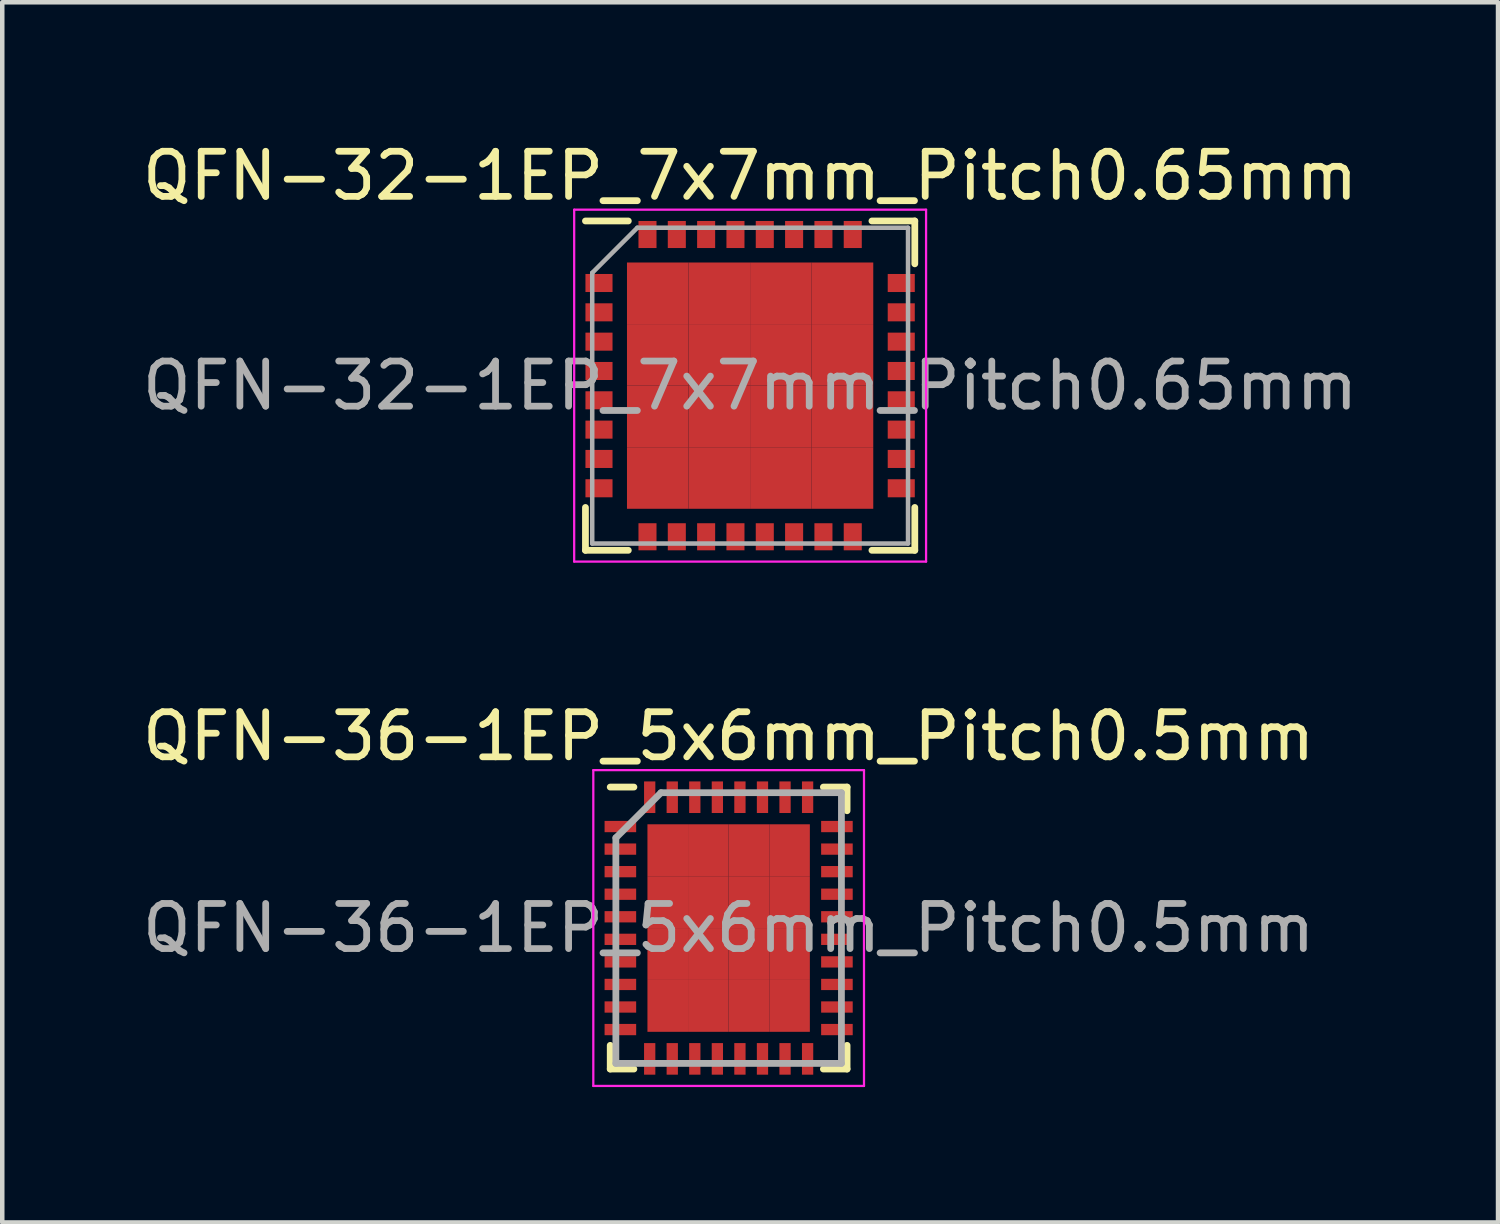
<source format=kicad_pcb>
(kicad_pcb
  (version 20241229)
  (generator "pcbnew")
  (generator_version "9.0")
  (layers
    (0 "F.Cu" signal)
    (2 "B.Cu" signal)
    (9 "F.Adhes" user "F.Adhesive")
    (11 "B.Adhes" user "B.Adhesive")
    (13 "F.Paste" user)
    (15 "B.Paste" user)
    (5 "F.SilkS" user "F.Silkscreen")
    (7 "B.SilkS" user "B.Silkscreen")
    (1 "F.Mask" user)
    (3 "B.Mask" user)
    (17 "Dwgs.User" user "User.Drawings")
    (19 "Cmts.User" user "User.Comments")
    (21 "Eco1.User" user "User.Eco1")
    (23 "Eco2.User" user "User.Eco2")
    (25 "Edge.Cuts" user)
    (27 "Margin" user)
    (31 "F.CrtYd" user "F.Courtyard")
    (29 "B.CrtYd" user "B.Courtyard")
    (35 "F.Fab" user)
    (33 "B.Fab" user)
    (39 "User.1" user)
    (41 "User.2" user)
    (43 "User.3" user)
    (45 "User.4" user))
  (footprint "QFN-32-1EP_7x7mm_Pitch0.65mm"
    (layer "F.Cu")
    (at 13.577 5.498)
    (property "Reference" "QFN-32-1EP_7x7mm_Pitch0.65mm" (at 0 -4.65 0) (layer "F.SilkS") (effects (font (size 1 1) (thickness 0.15))))
    (attr smd)
    (fp_line (start -3.65 -3.65) (end -2.7 -3.65) (stroke (width 0.15) (type solid)) (layer "F.SilkS"))
    (fp_line (start -3.65 3.65) (end -3.65 2.7) (stroke (width 0.15) (type solid)) (layer "F.SilkS"))
    (fp_line (start -3.65 3.65) (end -2.7 3.65) (stroke (width 0.15) (type solid)) (layer "F.SilkS"))
    (fp_line (start 3.65 -3.65) (end 2.7 -3.65) (stroke (width 0.15) (type solid)) (layer "F.SilkS"))
    (fp_line (start 3.65 -3.65) (end 3.65 -2.7) (stroke (width 0.15) (type solid)) (layer "F.SilkS"))
    (fp_line (start 3.65 3.65) (end 2.7 3.65) (stroke (width 0.15) (type solid)) (layer "F.SilkS"))
    (fp_line (start 3.65 3.65) (end 3.65 2.7) (stroke (width 0.15) (type solid)) (layer "F.SilkS"))
    (fp_line (start -3.9 -3.9) (end -3.9 3.9) (stroke (width 0.05) (type solid)) (layer "F.CrtYd"))
    (fp_line (start -3.9 -3.9) (end 3.9 -3.9) (stroke (width 0.05) (type solid)) (layer "F.CrtYd"))
    (fp_line (start -3.9 3.9) (end 3.9 3.9) (stroke (width 0.05) (type solid)) (layer "F.CrtYd"))
    (fp_line (start 3.9 -3.9) (end 3.9 3.9) (stroke (width 0.05) (type solid)) (layer "F.CrtYd"))
    (fp_line (start -3.5 -2.5) (end -2.5 -3.5) (stroke (width 0.1) (type solid)) (layer "F.Fab"))
    (fp_line (start -3.5 3.5) (end -3.5 -2.5) (stroke (width 0.1) (type solid)) (layer "F.Fab"))
    (fp_line (start -2.5 -3.5) (end 3.5 -3.5) (stroke (width 0.1) (type solid)) (layer "F.Fab"))
    (fp_line (start 3.5 -3.5) (end 3.5 3.5) (stroke (width 0.1) (type solid)) (layer "F.Fab"))
    (fp_line (start 3.5 3.5) (end -3.5 3.5) (stroke (width 0.1) (type solid)) (layer "F.Fab"))
    (fp_text user "${REFERENCE}" (at 0 0 0) (layer "F.Fab") (effects (font (size 1 1) (thickness 0.15))))
    (pad "1" smd rect (at -3.35 -2.275) (size 0.6 0.4) (layers "F.Cu" "F.Mask" "F.Paste"))
    (pad "2" smd rect (at -3.35 -1.625) (size 0.6 0.4) (layers "F.Cu" "F.Mask" "F.Paste"))
    (pad "3" smd rect (at -3.35 -0.975) (size 0.6 0.4) (layers "F.Cu" "F.Mask" "F.Paste"))
    (pad "4" smd rect (at -3.35 -0.325) (size 0.6 0.4) (layers "F.Cu" "F.Mask" "F.Paste"))
    (pad "5" smd rect (at -3.35 0.325) (size 0.6 0.4) (layers "F.Cu" "F.Mask" "F.Paste"))
    (pad "6" smd rect (at -3.35 0.975) (size 0.6 0.4) (layers "F.Cu" "F.Mask" "F.Paste"))
    (pad "7" smd rect (at -3.35 1.625) (size 0.6 0.4) (layers "F.Cu" "F.Mask" "F.Paste"))
    (pad "8" smd rect (at -3.35 2.275) (size 0.6 0.4) (layers "F.Cu" "F.Mask" "F.Paste"))
    (pad "9" smd rect (at -2.275 3.35 90) (size 0.6 0.4) (layers "F.Cu" "F.Mask" "F.Paste"))
    (pad "10" smd rect (at -1.625 3.35 90) (size 0.6 0.4) (layers "F.Cu" "F.Mask" "F.Paste"))
    (pad "11" smd rect (at -0.975 3.35 90) (size 0.6 0.4) (layers "F.Cu" "F.Mask" "F.Paste"))
    (pad "12" smd rect (at -0.325 3.35 90) (size 0.6 0.4) (layers "F.Cu" "F.Mask" "F.Paste"))
    (pad "13" smd rect (at 0.325 3.35 90) (size 0.6 0.4) (layers "F.Cu" "F.Mask" "F.Paste"))
    (pad "14" smd rect (at 0.975 3.35 90) (size 0.6 0.4) (layers "F.Cu" "F.Mask" "F.Paste"))
    (pad "15" smd rect (at 1.625 3.35 90) (size 0.6 0.4) (layers "F.Cu" "F.Mask" "F.Paste"))
    (pad "16" smd rect (at 2.275 3.35 90) (size 0.6 0.4) (layers "F.Cu" "F.Mask" "F.Paste"))
    (pad "17" smd rect (at 3.35 2.275) (size 0.6 0.4) (layers "F.Cu" "F.Mask" "F.Paste"))
    (pad "18" smd rect (at 3.35 1.625) (size 0.6 0.4) (layers "F.Cu" "F.Mask" "F.Paste"))
    (pad "19" smd rect (at 3.35 0.975) (size 0.6 0.4) (layers "F.Cu" "F.Mask" "F.Paste"))
    (pad "20" smd rect (at 3.35 0.325) (size 0.6 0.4) (layers "F.Cu" "F.Mask" "F.Paste"))
    (pad "21" smd rect (at 3.35 -0.325) (size 0.6 0.4) (layers "F.Cu" "F.Mask" "F.Paste"))
    (pad "22" smd rect (at 3.35 -0.975) (size 0.6 0.4) (layers "F.Cu" "F.Mask" "F.Paste"))
    (pad "23" smd rect (at 3.35 -1.625) (size 0.6 0.4) (layers "F.Cu" "F.Mask" "F.Paste"))
    (pad "24" smd rect (at 3.35 -2.275) (size 0.6 0.4) (layers "F.Cu" "F.Mask" "F.Paste"))
    (pad "25" smd rect (at 2.275 -3.35 90) (size 0.6 0.4) (layers "F.Cu" "F.Mask" "F.Paste"))
    (pad "26" smd rect (at 1.625 -3.35 90) (size 0.6 0.4) (layers "F.Cu" "F.Mask" "F.Paste"))
    (pad "27" smd rect (at 0.975 -3.35 90) (size 0.6 0.4) (layers "F.Cu" "F.Mask" "F.Paste"))
    (pad "28" smd rect (at 0.325 -3.35 90) (size 0.6 0.4) (layers "F.Cu" "F.Mask" "F.Paste"))
    (pad "29" smd rect (at -0.325 -3.35 90) (size 0.6 0.4) (layers "F.Cu" "F.Mask" "F.Paste"))
    (pad "30" smd rect (at -0.975 -3.35 90) (size 0.6 0.4) (layers "F.Cu" "F.Mask" "F.Paste"))
    (pad "31" smd rect (at -1.625 -3.35 90) (size 0.6 0.4) (layers "F.Cu" "F.Mask" "F.Paste"))
    (pad "32" smd rect (at -2.275 -3.35 90) (size 0.6 0.4) (layers "F.Cu" "F.Mask" "F.Paste"))
    (pad "33" smd rect (at -2.047 -2.047) (size 1.365 1.365) (layers "F.Cu" "F.Mask" "F.Paste"))
    (pad "33" smd rect (at -2.047 -0.682) (size 1.365 1.365) (layers "F.Cu" "F.Mask" "F.Paste"))
    (pad "33" smd rect (at -2.047 0.682) (size 1.365 1.365) (layers "F.Cu" "F.Mask" "F.Paste"))
    (pad "33" smd rect (at -2.047 2.047) (size 1.365 1.365) (layers "F.Cu" "F.Mask" "F.Paste"))
    (pad "33" smd rect (at -0.682 -2.047) (size 1.365 1.365) (layers "F.Cu" "F.Mask" "F.Paste"))
    (pad "33" smd rect (at -0.682 -0.682) (size 1.365 1.365) (layers "F.Cu" "F.Mask" "F.Paste"))
    (pad "33" smd rect (at -0.682 0.682) (size 1.365 1.365) (layers "F.Cu" "F.Mask" "F.Paste"))
    (pad "33" smd rect (at -0.682 2.047) (size 1.365 1.365) (layers "F.Cu" "F.Mask" "F.Paste"))
    (pad "33" smd rect (at 0.682 -2.047) (size 1.365 1.365) (layers "F.Cu" "F.Mask" "F.Paste"))
    (pad "33" smd rect (at 0.682 -0.682) (size 1.365 1.365) (layers "F.Cu" "F.Mask" "F.Paste"))
    (pad "33" smd rect (at 0.682 0.682) (size 1.365 1.365) (layers "F.Cu" "F.Mask" "F.Paste"))
    (pad "33" smd rect (at 0.682 2.047) (size 1.365 1.365) (layers "F.Cu" "F.Mask" "F.Paste"))
    (pad "33" smd rect (at 2.047 -2.047) (size 1.365 1.365) (layers "F.Cu" "F.Mask" "F.Paste"))
    (pad "33" smd rect (at 2.047 -0.682) (size 1.365 1.365) (layers "F.Cu" "F.Mask" "F.Paste"))
    (pad "33" smd rect (at 2.047 0.682) (size 1.365 1.365) (layers "F.Cu" "F.Mask" "F.Paste"))
    (pad "33" smd rect (at 2.047 2.047) (size 1.365 1.365) (layers "F.Cu" "F.Mask" "F.Paste")))
  (footprint "QFN-36-1EP_5x6mm_Pitch0.5mm"
    (layer "F.Cu")
    (at 13.101 17.521)
    (property "Reference" "QFN-36-1EP_5x6mm_Pitch0.5mm" (at 0 -4.25 0) (layer "F.SilkS") (effects (font (size 1 1) (thickness 0.15))))
    (attr smd)
    (fp_line (start -2.625 -3.125) (end -2.1 -3.125) (stroke (width 0.15) (type solid)) (layer "F.SilkS"))
    (fp_line (start -2.625 3.125) (end -2.625 2.6) (stroke (width 0.15) (type solid)) (layer "F.SilkS"))
    (fp_line (start -2.625 3.125) (end -2.1 3.125) (stroke (width 0.15) (type solid)) (layer "F.SilkS"))
    (fp_line (start 2.625 -3.125) (end 2.1 -3.125) (stroke (width 0.15) (type solid)) (layer "F.SilkS"))
    (fp_line (start 2.625 -3.125) (end 2.625 -2.6) (stroke (width 0.15) (type solid)) (layer "F.SilkS"))
    (fp_line (start 2.625 3.125) (end 2.1 3.125) (stroke (width 0.15) (type solid)) (layer "F.SilkS"))
    (fp_line (start 2.625 3.125) (end 2.625 2.6) (stroke (width 0.15) (type solid)) (layer "F.SilkS"))
    (fp_line (start -3 -3.5) (end -3 3.5) (stroke (width 0.05) (type solid)) (layer "F.CrtYd"))
    (fp_line (start -3 -3.5) (end 3 -3.5) (stroke (width 0.05) (type solid)) (layer "F.CrtYd"))
    (fp_line (start -3 3.5) (end 3 3.5) (stroke (width 0.05) (type solid)) (layer "F.CrtYd"))
    (fp_line (start 3 -3.5) (end 3 3.5) (stroke (width 0.05) (type solid)) (layer "F.CrtYd"))
    (fp_line (start -2.5 -2) (end -1.5 -3) (stroke (width 0.15) (type solid)) (layer "F.Fab"))
    (fp_line (start -2.5 3) (end -2.5 -2) (stroke (width 0.15) (type solid)) (layer "F.Fab"))
    (fp_line (start -1.5 -3) (end 2.5 -3) (stroke (width 0.15) (type solid)) (layer "F.Fab"))
    (fp_line (start 2.5 -3) (end 2.5 3) (stroke (width 0.15) (type solid)) (layer "F.Fab"))
    (fp_line (start 2.5 3) (end -2.5 3) (stroke (width 0.15) (type solid)) (layer "F.Fab"))
    (fp_text user "${REFERENCE}" (at 0 0 0) (layer "F.Fab") (effects (font (size 1 1) (thickness 0.15))))
    (pad "1" smd rect (at -2.4 -2.25) (size 0.7 0.25) (layers "F.Cu" "F.Mask" "F.Paste"))
    (pad "2" smd rect (at -2.4 -1.75) (size 0.7 0.25) (layers "F.Cu" "F.Mask" "F.Paste"))
    (pad "3" smd rect (at -2.4 -1.25) (size 0.7 0.25) (layers "F.Cu" "F.Mask" "F.Paste"))
    (pad "4" smd rect (at -2.4 -0.75) (size 0.7 0.25) (layers "F.Cu" "F.Mask" "F.Paste"))
    (pad "5" smd rect (at -2.4 -0.25) (size 0.7 0.25) (layers "F.Cu" "F.Mask" "F.Paste"))
    (pad "6" smd rect (at -2.4 0.25) (size 0.7 0.25) (layers "F.Cu" "F.Mask" "F.Paste"))
    (pad "7" smd rect (at -2.4 0.75) (size 0.7 0.25) (layers "F.Cu" "F.Mask" "F.Paste"))
    (pad "8" smd rect (at -2.4 1.25) (size 0.7 0.25) (layers "F.Cu" "F.Mask" "F.Paste"))
    (pad "9" smd rect (at -2.4 1.75) (size 0.7 0.25) (layers "F.Cu" "F.Mask" "F.Paste"))
    (pad "10" smd rect (at -2.4 2.25) (size 0.7 0.25) (layers "F.Cu" "F.Mask" "F.Paste"))
    (pad "11" smd rect (at -1.75 2.9 90) (size 0.7 0.25) (layers "F.Cu" "F.Mask" "F.Paste"))
    (pad "12" smd rect (at -1.25 2.9 90) (size 0.7 0.25) (layers "F.Cu" "F.Mask" "F.Paste"))
    (pad "13" smd rect (at -0.75 2.9 90) (size 0.7 0.25) (layers "F.Cu" "F.Mask" "F.Paste"))
    (pad "14" smd rect (at -0.25 2.9 90) (size 0.7 0.25) (layers "F.Cu" "F.Mask" "F.Paste"))
    (pad "15" smd rect (at 0.25 2.9 90) (size 0.7 0.25) (layers "F.Cu" "F.Mask" "F.Paste"))
    (pad "16" smd rect (at 0.75 2.9 90) (size 0.7 0.25) (layers "F.Cu" "F.Mask" "F.Paste"))
    (pad "17" smd rect (at 1.25 2.9 90) (size 0.7 0.25) (layers "F.Cu" "F.Mask" "F.Paste"))
    (pad "18" smd rect (at 1.75 2.9 90) (size 0.7 0.25) (layers "F.Cu" "F.Mask" "F.Paste"))
    (pad "19" smd rect (at 2.4 2.25) (size 0.7 0.25) (layers "F.Cu" "F.Mask" "F.Paste"))
    (pad "20" smd rect (at 2.4 1.75) (size 0.7 0.25) (layers "F.Cu" "F.Mask" "F.Paste"))
    (pad "21" smd rect (at 2.4 1.25) (size 0.7 0.25) (layers "F.Cu" "F.Mask" "F.Paste"))
    (pad "22" smd rect (at 2.4 0.75) (size 0.7 0.25) (layers "F.Cu" "F.Mask" "F.Paste"))
    (pad "23" smd rect (at 2.4 0.25) (size 0.7 0.25) (layers "F.Cu" "F.Mask" "F.Paste"))
    (pad "24" smd rect (at 2.4 -0.25) (size 0.7 0.25) (layers "F.Cu" "F.Mask" "F.Paste"))
    (pad "25" smd rect (at 2.4 -0.75) (size 0.7 0.25) (layers "F.Cu" "F.Mask" "F.Paste"))
    (pad "26" smd rect (at 2.4 -1.25) (size 0.7 0.25) (layers "F.Cu" "F.Mask" "F.Paste"))
    (pad "27" smd rect (at 2.4 -1.75) (size 0.7 0.25) (layers "F.Cu" "F.Mask" "F.Paste"))
    (pad "28" smd rect (at 2.4 -2.25) (size 0.7 0.25) (layers "F.Cu" "F.Mask" "F.Paste"))
    (pad "29" smd rect (at 1.75 -2.9 90) (size 0.7 0.25) (layers "F.Cu" "F.Mask" "F.Paste"))
    (pad "30" smd rect (at 1.25 -2.9 90) (size 0.7 0.25) (layers "F.Cu" "F.Mask" "F.Paste"))
    (pad "31" smd rect (at 0.75 -2.9 90) (size 0.7 0.25) (layers "F.Cu" "F.Mask" "F.Paste"))
    (pad "32" smd rect (at 0.25 -2.9 90) (size 0.7 0.25) (layers "F.Cu" "F.Mask" "F.Paste"))
    (pad "33" smd rect (at -0.25 -2.9 90) (size 0.7 0.25) (layers "F.Cu" "F.Mask" "F.Paste"))
    (pad "34" smd rect (at -0.75 -2.9 90) (size 0.7 0.25) (layers "F.Cu" "F.Mask" "F.Paste"))
    (pad "35" smd rect (at -1.25 -2.9 90) (size 0.7 0.25) (layers "F.Cu" "F.Mask" "F.Paste"))
    (pad "36" smd rect (at -1.75 -2.9 90) (size 0.7 0.25) (layers "F.Cu" "F.Mask" "F.Paste"))
    (pad "37" smd rect (at -1.35 -1.725) (size 0.9 1.15) (layers "F.Cu" "F.Mask" "F.Paste"))
    (pad "37" smd rect (at -1.35 -0.575) (size 0.9 1.15) (layers "F.Cu" "F.Mask" "F.Paste"))
    (pad "37" smd rect (at -1.35 0.575) (size 0.9 1.15) (layers "F.Cu" "F.Mask" "F.Paste"))
    (pad "37" smd rect (at -1.35 1.725) (size 0.9 1.15) (layers "F.Cu" "F.Mask" "F.Paste"))
    (pad "37" smd rect (at -0.45 -1.725) (size 0.9 1.15) (layers "F.Cu" "F.Mask" "F.Paste"))
    (pad "37" smd rect (at -0.45 -0.575) (size 0.9 1.15) (layers "F.Cu" "F.Mask" "F.Paste"))
    (pad "37" smd rect (at -0.45 0.575) (size 0.9 1.15) (layers "F.Cu" "F.Mask" "F.Paste"))
    (pad "37" smd rect (at -0.45 1.725) (size 0.9 1.15) (layers "F.Cu" "F.Mask" "F.Paste"))
    (pad "37" smd rect (at 0.45 -1.725) (size 0.9 1.15) (layers "F.Cu" "F.Mask" "F.Paste"))
    (pad "37" smd rect (at 0.45 -0.575) (size 0.9 1.15) (layers "F.Cu" "F.Mask" "F.Paste"))
    (pad "37" smd rect (at 0.45 0.575) (size 0.9 1.15) (layers "F.Cu" "F.Mask" "F.Paste"))
    (pad "37" smd rect (at 0.45 1.725) (size 0.9 1.15) (layers "F.Cu" "F.Mask" "F.Paste"))
    (pad "37" smd rect (at 1.35 -1.725) (size 0.9 1.15) (layers "F.Cu" "F.Mask" "F.Paste"))
    (pad "37" smd rect (at 1.35 -0.575) (size 0.9 1.15) (layers "F.Cu" "F.Mask" "F.Paste"))
    (pad "37" smd rect (at 1.35 0.575) (size 0.9 1.15) (layers "F.Cu" "F.Mask" "F.Paste"))
    (pad "37" smd rect (at 1.35 1.725) (size 0.9 1.15) (layers "F.Cu" "F.Mask" "F.Paste")))
  (gr_rect
    (start -3 -3)
    (end 30.155 24.047)
    (stroke (width 0.1) (type default))
    (fill no)
    (layer "Edge.Cuts")))
</source>
